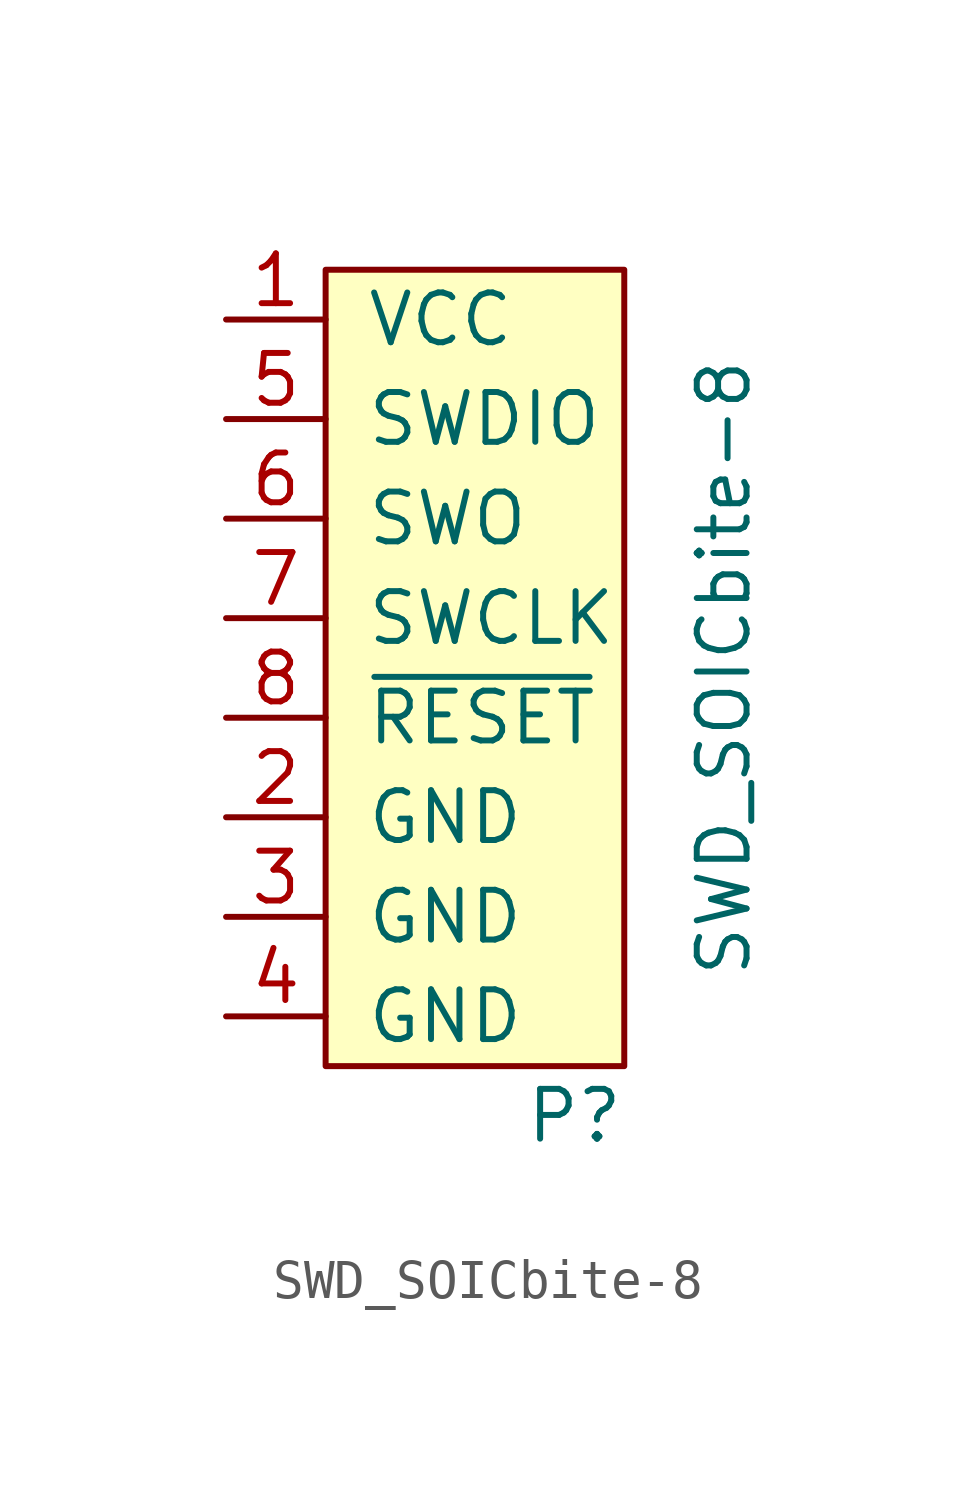
<source format=kicad_sym>
(kicad_symbol_lib
  (version 20211014)
  (generator kicad_symbol_editor)
  (symbol "SWD_SOICbite-8"
    (pin_names
      (offset 1.016))
    (property "Reference" "P"
      (at 2.54 -11.43 0)
      (effects (font (size 1.27 1.27))))
    (property "Value" "SWD_SOICbite-8"
      (at 6.35 0 90)
      (effects (font (size 1.27 1.27))))
    (symbol "SWD_SOICbite-8_0_1"
      (rectangle (start -3.81 10.16) (end 3.81 -10.16) (stroke (width 0) (type default) (color 0 0 0 0)) (fill (type background))))
    (symbol "SWD_SOICbite-8_1_1"
      (pin power_out line (at -6.35 8.89 0) (length 2.54) (name "VCC" (effects (font (size 1.27 1.27)))) (number "1" (effects (font (size 1.27 1.27)))))
      (pin power_out line (at -6.35 -3.81 0) (length 2.54) (name "GND" (effects (font (size 1.27 1.27)))) (number "2" (effects (font (size 1.27 1.27)))))
      (pin power_out line (at -6.35 -6.35 0) (length 2.54) (name "GND" (effects (font (size 1.27 1.27)))) (number "3" (effects (font (size 1.27 1.27)))))
      (pin power_out line (at -6.35 -8.89 0) (length 2.54) (name "GND" (effects (font (size 1.27 1.27)))) (number "4" (effects (font (size 1.27 1.27)))))
      (pin bidirectional line (at -6.35 6.35 0) (length 2.54) (name "SWDIO" (effects (font (size 1.27 1.27)))) (number "5" (effects (font (size 1.27 1.27)))))
      (pin output line (at -6.35 3.81 0) (length 2.54) (name "SWO" (effects (font (size 1.27 1.27)))) (number "6" (effects (font (size 1.27 1.27)))))
      (pin input line (at -6.35 1.27 0) (length 2.54) (name "SWCLK" (effects (font (size 1.27 1.27)))) (number "7" (effects (font (size 1.27 1.27)))))
      (pin input line (at -6.35 -1.27 0) (length 2.54) (name "~{RESET}" (effects (font (size 1.27 1.27)))) (number "8" (effects (font (size 1.27 1.27))))))))
</source>
